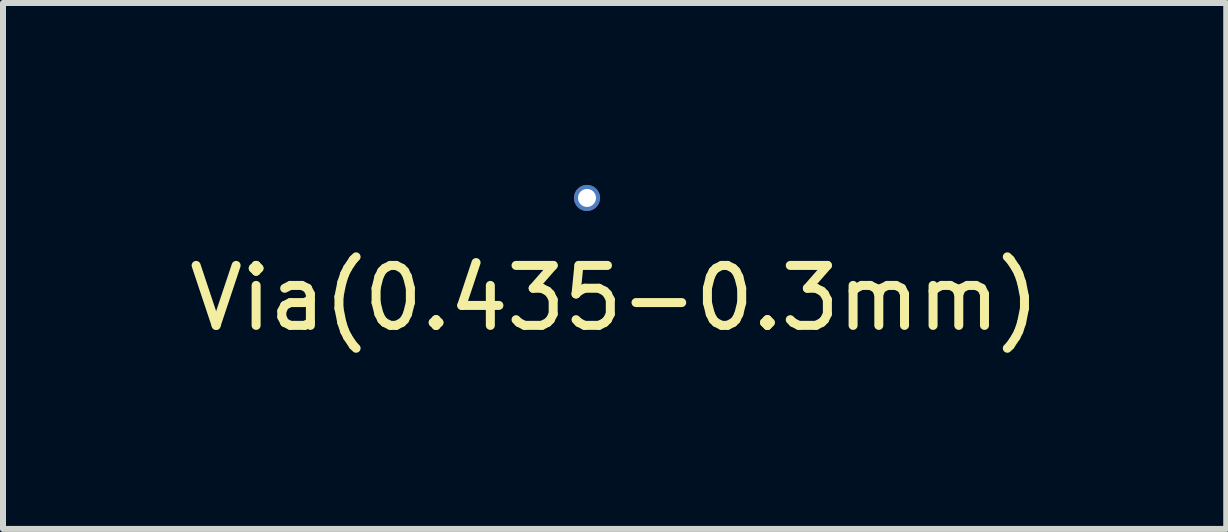
<source format=kicad_pcb>
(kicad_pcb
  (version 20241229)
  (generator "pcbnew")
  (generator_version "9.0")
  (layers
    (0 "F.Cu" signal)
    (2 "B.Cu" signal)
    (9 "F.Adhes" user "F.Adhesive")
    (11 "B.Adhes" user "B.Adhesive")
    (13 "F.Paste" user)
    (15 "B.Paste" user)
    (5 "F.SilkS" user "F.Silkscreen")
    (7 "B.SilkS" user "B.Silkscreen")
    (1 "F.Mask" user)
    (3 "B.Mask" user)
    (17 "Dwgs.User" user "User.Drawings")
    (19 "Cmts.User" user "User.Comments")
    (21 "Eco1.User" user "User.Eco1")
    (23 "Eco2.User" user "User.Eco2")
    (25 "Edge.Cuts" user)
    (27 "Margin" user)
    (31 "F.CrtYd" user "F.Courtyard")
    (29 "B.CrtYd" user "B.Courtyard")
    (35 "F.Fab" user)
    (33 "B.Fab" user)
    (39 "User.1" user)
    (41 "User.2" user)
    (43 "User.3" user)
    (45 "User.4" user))
  (footprint "Via(0.435-0.3mm)"
    (layer "F.Cu")
    (at 6.736 0.25)
    (property "Reference" "Via(0.435-0.3mm)" (at 0.46 1.67 0) (layer "F.SilkS") (effects (font (size 1 1) (thickness 0.15))))
    (attr through_hole)
    (pad "1" thru_hole circle (at 0 0) (size 0.435 0.435) (drill 0.3) (layers "*.Cu")))
  (gr_rect
    (start -3 -3)
    (end 17.393 5.768)
    (stroke (width 0.1) (type default))
    (fill no)
    (layer "Edge.Cuts")))
</source>
